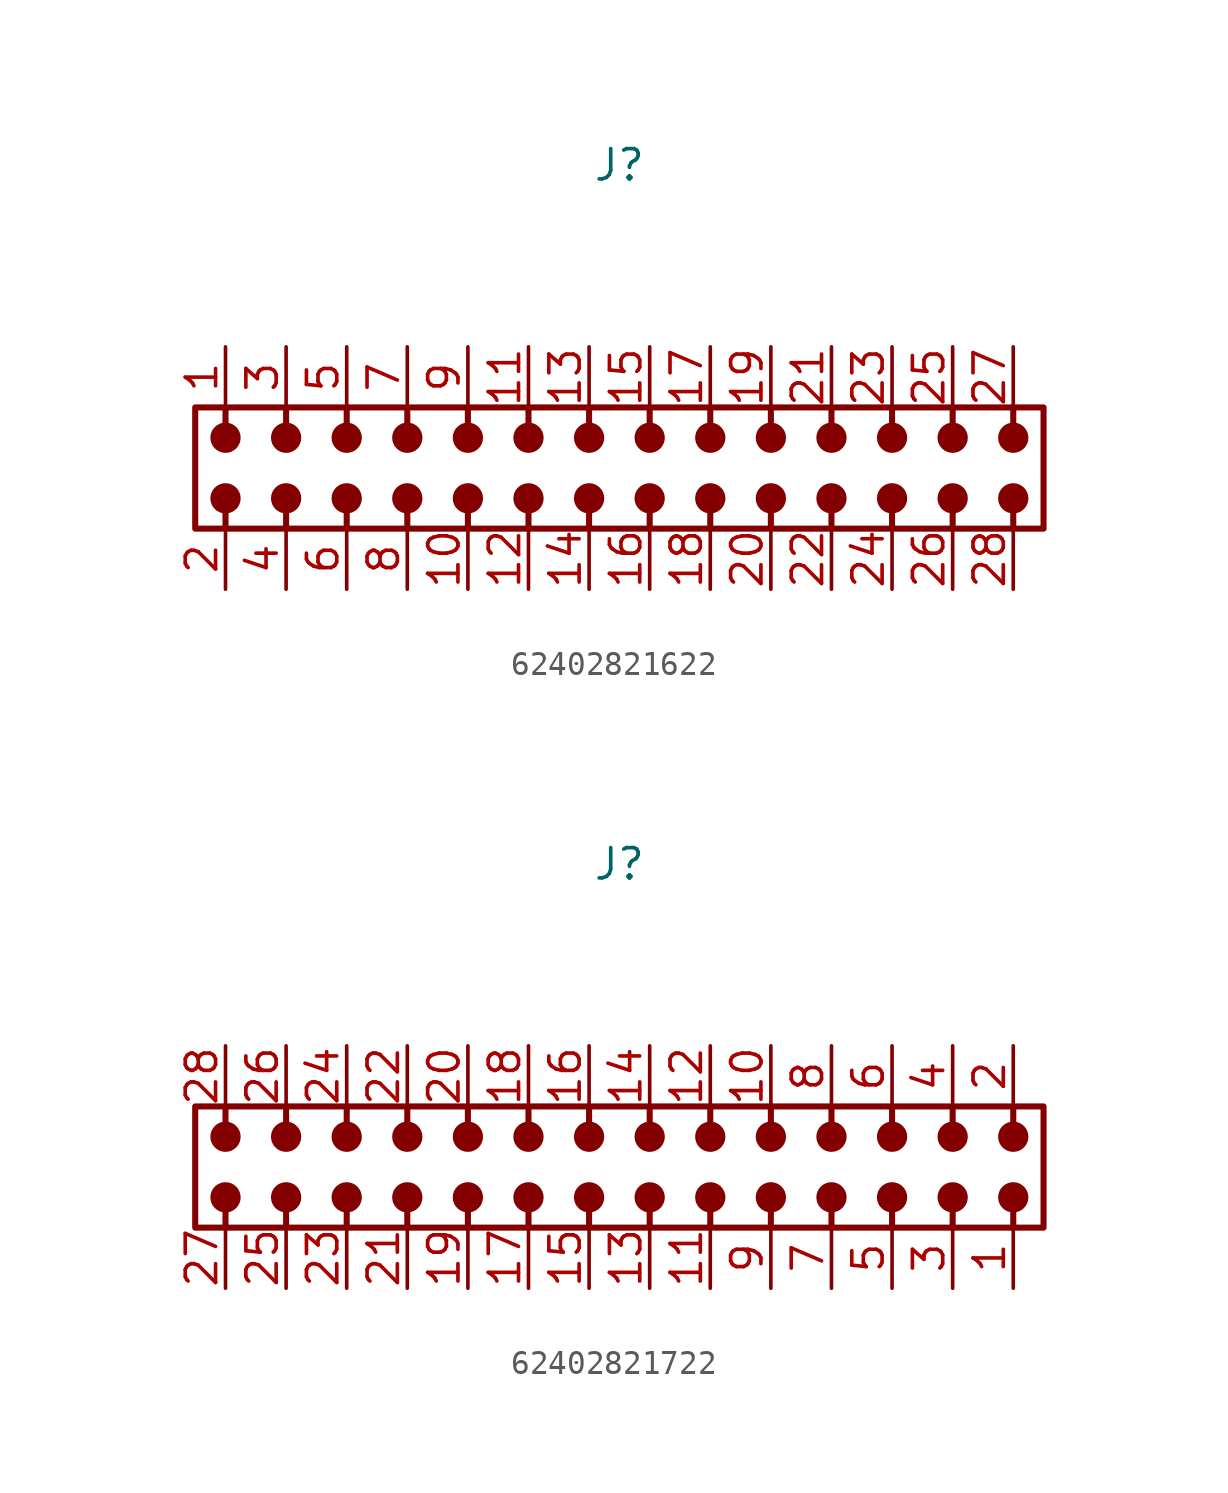
<source format=kicad_sym>
(kicad_symbol_lib
  (version 20241209)
  (generator "kicad_symbol_editor")
  (generator_version "9.0")
  (symbol "62402821622"
    (pin_names
      (hide yes))
    (property "Reference" "J"
      (at 0 12.7 0)
      (effects (font (size 1.27 1.27))))
    (symbol "62402821622_1_1"
      (rectangle (start -17.78 2.54) (end 17.78 -2.54) (stroke (width 0.254) (type solid)) (fill (type none)))
      (polyline (pts (xy -16.51 1.778) (xy -16.51 2.54)) (stroke (width 0.254) (type solid)) (fill (type none)))
      (circle (center -16.51 1.27) (radius 0.508) (stroke (width 0.254) (type solid)) (fill (type outline)))
      (circle (center -16.51 -1.27) (radius 0.508) (stroke (width 0.254) (type solid)) (fill (type outline)))
      (polyline (pts (xy -16.51 -1.778) (xy -16.51 -2.54)) (stroke (width 0.254) (type solid)) (fill (type none)))
      (polyline (pts (xy -13.97 1.778) (xy -13.97 2.54)) (stroke (width 0.254) (type solid)) (fill (type none)))
      (circle (center -13.97 1.27) (radius 0.508) (stroke (width 0.254) (type solid)) (fill (type outline)))
      (circle (center -13.97 -1.27) (radius 0.508) (stroke (width 0.254) (type solid)) (fill (type outline)))
      (polyline (pts (xy -13.97 -1.778) (xy -13.97 -2.54)) (stroke (width 0.254) (type solid)) (fill (type none)))
      (polyline (pts (xy -11.43 1.778) (xy -11.43 2.54)) (stroke (width 0.254) (type solid)) (fill (type none)))
      (circle (center -11.43 1.27) (radius 0.508) (stroke (width 0.254) (type solid)) (fill (type outline)))
      (circle (center -11.43 -1.27) (radius 0.508) (stroke (width 0.254) (type solid)) (fill (type outline)))
      (polyline (pts (xy -11.43 -1.778) (xy -11.43 -2.54)) (stroke (width 0.254) (type solid)) (fill (type none)))
      (polyline (pts (xy -8.89 1.778) (xy -8.89 2.54)) (stroke (width 0.254) (type solid)) (fill (type none)))
      (circle (center -8.89 1.27) (radius 0.508) (stroke (width 0.254) (type solid)) (fill (type outline)))
      (circle (center -8.89 -1.27) (radius 0.508) (stroke (width 0.254) (type solid)) (fill (type outline)))
      (polyline (pts (xy -8.89 -1.778) (xy -8.89 -2.54)) (stroke (width 0.254) (type solid)) (fill (type none)))
      (polyline (pts (xy -6.35 1.778) (xy -6.35 2.54)) (stroke (width 0.254) (type solid)) (fill (type none)))
      (circle (center -6.35 1.27) (radius 0.508) (stroke (width 0.254) (type solid)) (fill (type outline)))
      (circle (center -6.35 -1.27) (radius 0.508) (stroke (width 0.254) (type solid)) (fill (type outline)))
      (polyline (pts (xy -6.35 -1.778) (xy -6.35 -2.54)) (stroke (width 0.254) (type solid)) (fill (type none)))
      (polyline (pts (xy -3.81 1.778) (xy -3.81 2.54)) (stroke (width 0.254) (type solid)) (fill (type none)))
      (circle (center -3.81 1.27) (radius 0.508) (stroke (width 0.254) (type solid)) (fill (type outline)))
      (circle (center -3.81 -1.27) (radius 0.508) (stroke (width 0.254) (type solid)) (fill (type outline)))
      (polyline (pts (xy -3.81 -1.778) (xy -3.81 -2.54)) (stroke (width 0.254) (type solid)) (fill (type none)))
      (polyline (pts (xy -1.27 1.778) (xy -1.27 2.54)) (stroke (width 0.254) (type solid)) (fill (type none)))
      (circle (center -1.27 1.27) (radius 0.508) (stroke (width 0.254) (type solid)) (fill (type outline)))
      (circle (center -1.27 -1.27) (radius 0.508) (stroke (width 0.254) (type solid)) (fill (type outline)))
      (polyline (pts (xy -1.27 -1.778) (xy -1.27 -2.54)) (stroke (width 0.254) (type solid)) (fill (type none)))
      (polyline (pts (xy 1.27 1.778) (xy 1.27 2.54)) (stroke (width 0.254) (type solid)) (fill (type none)))
      (circle (center 1.27 1.27) (radius 0.508) (stroke (width 0.254) (type solid)) (fill (type outline)))
      (circle (center 1.27 -1.27) (radius 0.508) (stroke (width 0.254) (type solid)) (fill (type outline)))
      (polyline (pts (xy 1.27 -1.778) (xy 1.27 -2.54)) (stroke (width 0.254) (type solid)) (fill (type none)))
      (polyline (pts (xy 3.81 1.778) (xy 3.81 2.54)) (stroke (width 0.254) (type solid)) (fill (type none)))
      (circle (center 3.81 1.27) (radius 0.508) (stroke (width 0.254) (type solid)) (fill (type outline)))
      (circle (center 3.81 -1.27) (radius 0.508) (stroke (width 0.254) (type solid)) (fill (type outline)))
      (polyline (pts (xy 3.81 -1.778) (xy 3.81 -2.54)) (stroke (width 0.254) (type solid)) (fill (type none)))
      (polyline (pts (xy 6.35 1.778) (xy 6.35 2.54)) (stroke (width 0.254) (type solid)) (fill (type none)))
      (circle (center 6.35 1.27) (radius 0.508) (stroke (width 0.254) (type solid)) (fill (type outline)))
      (circle (center 6.35 -1.27) (radius 0.508) (stroke (width 0.254) (type solid)) (fill (type outline)))
      (polyline (pts (xy 6.35 -1.778) (xy 6.35 -2.54)) (stroke (width 0.254) (type solid)) (fill (type none)))
      (polyline (pts (xy 8.89 1.778) (xy 8.89 2.54)) (stroke (width 0.254) (type solid)) (fill (type none)))
      (circle (center 8.89 1.27) (radius 0.508) (stroke (width 0.254) (type solid)) (fill (type outline)))
      (circle (center 8.89 -1.27) (radius 0.508) (stroke (width 0.254) (type solid)) (fill (type outline)))
      (polyline (pts (xy 8.89 -1.778) (xy 8.89 -2.54)) (stroke (width 0.254) (type solid)) (fill (type none)))
      (polyline (pts (xy 11.43 1.778) (xy 11.43 2.54)) (stroke (width 0.254) (type solid)) (fill (type none)))
      (circle (center 11.43 1.27) (radius 0.508) (stroke (width 0.254) (type solid)) (fill (type outline)))
      (circle (center 11.43 -1.27) (radius 0.508) (stroke (width 0.254) (type solid)) (fill (type outline)))
      (polyline (pts (xy 11.43 -1.778) (xy 11.43 -2.54)) (stroke (width 0.254) (type solid)) (fill (type none)))
      (polyline (pts (xy 13.97 1.778) (xy 13.97 2.54)) (stroke (width 0.254) (type solid)) (fill (type none)))
      (circle (center 13.97 1.27) (radius 0.508) (stroke (width 0.254) (type solid)) (fill (type outline)))
      (circle (center 13.97 -1.27) (radius 0.508) (stroke (width 0.254) (type solid)) (fill (type outline)))
      (polyline (pts (xy 13.97 -1.778) (xy 13.97 -2.54)) (stroke (width 0.254) (type solid)) (fill (type none)))
      (polyline (pts (xy 16.51 1.778) (xy 16.51 2.54)) (stroke (width 0.254) (type solid)) (fill (type none)))
      (circle (center 16.51 1.27) (radius 0.508) (stroke (width 0.254) (type solid)) (fill (type outline)))
      (circle (center 16.51 -1.27) (radius 0.508) (stroke (width 0.254) (type solid)) (fill (type outline)))
      (polyline (pts (xy 16.51 -1.778) (xy 16.51 -2.54)) (stroke (width 0.254) (type solid)) (fill (type none)))
      (pin passive line (at -16.51 5.08 270) (length 2.54) (name "1" (effects (font (size 1.27 1.27)))) (number "1" (effects (font (size 1.27 1.27)))))
      (pin passive line (at -16.51 -5.08 90) (length 2.54) (name "2" (effects (font (size 1.27 1.27)))) (number "2" (effects (font (size 1.27 1.27)))))
      (pin passive line (at -13.97 5.08 270) (length 2.54) (name "3" (effects (font (size 1.27 1.27)))) (number "3" (effects (font (size 1.27 1.27)))))
      (pin passive line (at -13.97 -5.08 90) (length 2.54) (name "4" (effects (font (size 1.27 1.27)))) (number "4" (effects (font (size 1.27 1.27)))))
      (pin passive line (at -11.43 5.08 270) (length 2.54) (name "5" (effects (font (size 1.27 1.27)))) (number "5" (effects (font (size 1.27 1.27)))))
      (pin passive line (at -11.43 -5.08 90) (length 2.54) (name "6" (effects (font (size 1.27 1.27)))) (number "6" (effects (font (size 1.27 1.27)))))
      (pin passive line (at -8.89 5.08 270) (length 2.54) (name "7" (effects (font (size 1.27 1.27)))) (number "7" (effects (font (size 1.27 1.27)))))
      (pin passive line (at -8.89 -5.08 90) (length 2.54) (name "8" (effects (font (size 1.27 1.27)))) (number "8" (effects (font (size 1.27 1.27)))))
      (pin passive line (at -6.35 5.08 270) (length 2.54) (name "9" (effects (font (size 1.27 1.27)))) (number "9" (effects (font (size 1.27 1.27)))))
      (pin passive line (at -6.35 -5.08 90) (length 2.54) (name "10" (effects (font (size 1.27 1.27)))) (number "10" (effects (font (size 1.27 1.27)))))
      (pin passive line (at -3.81 5.08 270) (length 2.54) (name "11" (effects (font (size 1.27 1.27)))) (number "11" (effects (font (size 1.27 1.27)))))
      (pin passive line (at -3.81 -5.08 90) (length 2.54) (name "12" (effects (font (size 1.27 1.27)))) (number "12" (effects (font (size 1.27 1.27)))))
      (pin passive line (at -1.27 5.08 270) (length 2.54) (name "13" (effects (font (size 1.27 1.27)))) (number "13" (effects (font (size 1.27 1.27)))))
      (pin passive line (at -1.27 -5.08 90) (length 2.54) (name "14" (effects (font (size 1.27 1.27)))) (number "14" (effects (font (size 1.27 1.27)))))
      (pin passive line (at 1.27 5.08 270) (length 2.54) (name "15" (effects (font (size 1.27 1.27)))) (number "15" (effects (font (size 1.27 1.27)))))
      (pin passive line (at 1.27 -5.08 90) (length 2.54) (name "16" (effects (font (size 1.27 1.27)))) (number "16" (effects (font (size 1.27 1.27)))))
      (pin passive line (at 3.81 5.08 270) (length 2.54) (name "17" (effects (font (size 1.27 1.27)))) (number "17" (effects (font (size 1.27 1.27)))))
      (pin passive line (at 3.81 -5.08 90) (length 2.54) (name "18" (effects (font (size 1.27 1.27)))) (number "18" (effects (font (size 1.27 1.27)))))
      (pin passive line (at 6.35 5.08 270) (length 2.54) (name "19" (effects (font (size 1.27 1.27)))) (number "19" (effects (font (size 1.27 1.27)))))
      (pin passive line (at 6.35 -5.08 90) (length 2.54) (name "20" (effects (font (size 1.27 1.27)))) (number "20" (effects (font (size 1.27 1.27)))))
      (pin passive line (at 8.89 5.08 270) (length 2.54) (name "21" (effects (font (size 1.27 1.27)))) (number "21" (effects (font (size 1.27 1.27)))))
      (pin passive line (at 8.89 -5.08 90) (length 2.54) (name "22" (effects (font (size 1.27 1.27)))) (number "22" (effects (font (size 1.27 1.27)))))
      (pin passive line (at 11.43 5.08 270) (length 2.54) (name "23" (effects (font (size 1.27 1.27)))) (number "23" (effects (font (size 1.27 1.27)))))
      (pin passive line (at 11.43 -5.08 90) (length 2.54) (name "24" (effects (font (size 1.27 1.27)))) (number "24" (effects (font (size 1.27 1.27)))))
      (pin passive line (at 13.97 5.08 270) (length 2.54) (name "25" (effects (font (size 1.27 1.27)))) (number "25" (effects (font (size 1.27 1.27)))))
      (pin passive line (at 13.97 -5.08 90) (length 2.54) (name "26" (effects (font (size 1.27 1.27)))) (number "26" (effects (font (size 1.27 1.27)))))
      (pin passive line (at 16.51 5.08 270) (length 2.54) (name "27" (effects (font (size 1.27 1.27)))) (number "27" (effects (font (size 1.27 1.27)))))
      (pin passive line (at 16.51 -5.08 90) (length 2.54) (name "28" (effects (font (size 1.27 1.27)))) (number "28" (effects (font (size 1.27 1.27)))))))
  (symbol "62402821722"
    (pin_names
      (hide yes))
    (property "Reference" "J"
      (at 0 12.7 0)
      (effects (font (size 1.27 1.27))))
    (symbol "62402821722_1_1"
      (rectangle (start -17.78 2.54) (end 17.78 -2.54) (stroke (width 0.254) (type solid)) (fill (type none)))
      (polyline (pts (xy -16.51 1.778) (xy -16.51 2.54)) (stroke (width 0.254) (type solid)) (fill (type none)))
      (circle (center -16.51 1.27) (radius 0.508) (stroke (width 0.254) (type solid)) (fill (type outline)))
      (circle (center -16.51 -1.27) (radius 0.508) (stroke (width 0.254) (type solid)) (fill (type outline)))
      (polyline (pts (xy -16.51 -1.778) (xy -16.51 -2.54)) (stroke (width 0.254) (type solid)) (fill (type none)))
      (polyline (pts (xy -13.97 1.778) (xy -13.97 2.54)) (stroke (width 0.254) (type solid)) (fill (type none)))
      (circle (center -13.97 1.27) (radius 0.508) (stroke (width 0.254) (type solid)) (fill (type outline)))
      (circle (center -13.97 -1.27) (radius 0.508) (stroke (width 0.254) (type solid)) (fill (type outline)))
      (polyline (pts (xy -13.97 -1.778) (xy -13.97 -2.54)) (stroke (width 0.254) (type solid)) (fill (type none)))
      (polyline (pts (xy -11.43 1.778) (xy -11.43 2.54)) (stroke (width 0.254) (type solid)) (fill (type none)))
      (circle (center -11.43 1.27) (radius 0.508) (stroke (width 0.254) (type solid)) (fill (type outline)))
      (circle (center -11.43 -1.27) (radius 0.508) (stroke (width 0.254) (type solid)) (fill (type outline)))
      (polyline (pts (xy -11.43 -1.778) (xy -11.43 -2.54)) (stroke (width 0.254) (type solid)) (fill (type none)))
      (polyline (pts (xy -8.89 1.778) (xy -8.89 2.54)) (stroke (width 0.254) (type solid)) (fill (type none)))
      (circle (center -8.89 1.27) (radius 0.508) (stroke (width 0.254) (type solid)) (fill (type outline)))
      (circle (center -8.89 -1.27) (radius 0.508) (stroke (width 0.254) (type solid)) (fill (type outline)))
      (polyline (pts (xy -8.89 -1.778) (xy -8.89 -2.54)) (stroke (width 0.254) (type solid)) (fill (type none)))
      (polyline (pts (xy -6.35 1.778) (xy -6.35 2.54)) (stroke (width 0.254) (type solid)) (fill (type none)))
      (circle (center -6.35 1.27) (radius 0.508) (stroke (width 0.254) (type solid)) (fill (type outline)))
      (circle (center -6.35 -1.27) (radius 0.508) (stroke (width 0.254) (type solid)) (fill (type outline)))
      (polyline (pts (xy -6.35 -1.778) (xy -6.35 -2.54)) (stroke (width 0.254) (type solid)) (fill (type none)))
      (polyline (pts (xy -3.81 1.778) (xy -3.81 2.54)) (stroke (width 0.254) (type solid)) (fill (type none)))
      (circle (center -3.81 1.27) (radius 0.508) (stroke (width 0.254) (type solid)) (fill (type outline)))
      (circle (center -3.81 -1.27) (radius 0.508) (stroke (width 0.254) (type solid)) (fill (type outline)))
      (polyline (pts (xy -3.81 -1.778) (xy -3.81 -2.54)) (stroke (width 0.254) (type solid)) (fill (type none)))
      (polyline (pts (xy -1.27 1.778) (xy -1.27 2.54)) (stroke (width 0.254) (type solid)) (fill (type none)))
      (circle (center -1.27 1.27) (radius 0.508) (stroke (width 0.254) (type solid)) (fill (type outline)))
      (circle (center -1.27 -1.27) (radius 0.508) (stroke (width 0.254) (type solid)) (fill (type outline)))
      (polyline (pts (xy -1.27 -1.778) (xy -1.27 -2.54)) (stroke (width 0.254) (type solid)) (fill (type none)))
      (polyline (pts (xy 1.27 1.778) (xy 1.27 2.54)) (stroke (width 0.254) (type solid)) (fill (type none)))
      (circle (center 1.27 1.27) (radius 0.508) (stroke (width 0.254) (type solid)) (fill (type outline)))
      (circle (center 1.27 -1.27) (radius 0.508) (stroke (width 0.254) (type solid)) (fill (type outline)))
      (polyline (pts (xy 1.27 -1.778) (xy 1.27 -2.54)) (stroke (width 0.254) (type solid)) (fill (type none)))
      (polyline (pts (xy 3.81 1.778) (xy 3.81 2.54)) (stroke (width 0.254) (type solid)) (fill (type none)))
      (circle (center 3.81 1.27) (radius 0.508) (stroke (width 0.254) (type solid)) (fill (type outline)))
      (circle (center 3.81 -1.27) (radius 0.508) (stroke (width 0.254) (type solid)) (fill (type outline)))
      (polyline (pts (xy 3.81 -1.778) (xy 3.81 -2.54)) (stroke (width 0.254) (type solid)) (fill (type none)))
      (polyline (pts (xy 6.35 1.778) (xy 6.35 2.54)) (stroke (width 0.254) (type solid)) (fill (type none)))
      (circle (center 6.35 1.27) (radius 0.508) (stroke (width 0.254) (type solid)) (fill (type outline)))
      (circle (center 6.35 -1.27) (radius 0.508) (stroke (width 0.254) (type solid)) (fill (type outline)))
      (polyline (pts (xy 6.35 -1.778) (xy 6.35 -2.54)) (stroke (width 0.254) (type solid)) (fill (type none)))
      (polyline (pts (xy 8.89 1.778) (xy 8.89 2.54)) (stroke (width 0.254) (type solid)) (fill (type none)))
      (circle (center 8.89 1.27) (radius 0.508) (stroke (width 0.254) (type solid)) (fill (type outline)))
      (circle (center 8.89 -1.27) (radius 0.508) (stroke (width 0.254) (type solid)) (fill (type outline)))
      (polyline (pts (xy 8.89 -1.778) (xy 8.89 -2.54)) (stroke (width 0.254) (type solid)) (fill (type none)))
      (polyline (pts (xy 11.43 1.778) (xy 11.43 2.54)) (stroke (width 0.254) (type solid)) (fill (type none)))
      (circle (center 11.43 1.27) (radius 0.508) (stroke (width 0.254) (type solid)) (fill (type outline)))
      (circle (center 11.43 -1.27) (radius 0.508) (stroke (width 0.254) (type solid)) (fill (type outline)))
      (polyline (pts (xy 11.43 -1.778) (xy 11.43 -2.54)) (stroke (width 0.254) (type solid)) (fill (type none)))
      (polyline (pts (xy 13.97 1.778) (xy 13.97 2.54)) (stroke (width 0.254) (type solid)) (fill (type none)))
      (circle (center 13.97 1.27) (radius 0.508) (stroke (width 0.254) (type solid)) (fill (type outline)))
      (circle (center 13.97 -1.27) (radius 0.508) (stroke (width 0.254) (type solid)) (fill (type outline)))
      (polyline (pts (xy 13.97 -1.778) (xy 13.97 -2.54)) (stroke (width 0.254) (type solid)) (fill (type none)))
      (polyline (pts (xy 16.51 1.778) (xy 16.51 2.54)) (stroke (width 0.254) (type solid)) (fill (type none)))
      (circle (center 16.51 1.27) (radius 0.508) (stroke (width 0.254) (type solid)) (fill (type outline)))
      (circle (center 16.51 -1.27) (radius 0.508) (stroke (width 0.254) (type solid)) (fill (type outline)))
      (polyline (pts (xy 16.51 -1.778) (xy 16.51 -2.54)) (stroke (width 0.254) (type solid)) (fill (type none)))
      (pin passive line (at -16.51 5.08 270) (length 2.54) (name "28" (effects (font (size 1.27 1.27)))) (number "28" (effects (font (size 1.27 1.27)))))
      (pin passive line (at -16.51 -5.08 90) (length 2.54) (name "27" (effects (font (size 1.27 1.27)))) (number "27" (effects (font (size 1.27 1.27)))))
      (pin passive line (at -13.97 5.08 270) (length 2.54) (name "26" (effects (font (size 1.27 1.27)))) (number "26" (effects (font (size 1.27 1.27)))))
      (pin passive line (at -13.97 -5.08 90) (length 2.54) (name "25" (effects (font (size 1.27 1.27)))) (number "25" (effects (font (size 1.27 1.27)))))
      (pin passive line (at -11.43 5.08 270) (length 2.54) (name "24" (effects (font (size 1.27 1.27)))) (number "24" (effects (font (size 1.27 1.27)))))
      (pin passive line (at -11.43 -5.08 90) (length 2.54) (name "23" (effects (font (size 1.27 1.27)))) (number "23" (effects (font (size 1.27 1.27)))))
      (pin passive line (at -8.89 5.08 270) (length 2.54) (name "22" (effects (font (size 1.27 1.27)))) (number "22" (effects (font (size 1.27 1.27)))))
      (pin passive line (at -8.89 -5.08 90) (length 2.54) (name "21" (effects (font (size 1.27 1.27)))) (number "21" (effects (font (size 1.27 1.27)))))
      (pin passive line (at -6.35 5.08 270) (length 2.54) (name "20" (effects (font (size 1.27 1.27)))) (number "20" (effects (font (size 1.27 1.27)))))
      (pin passive line (at -6.35 -5.08 90) (length 2.54) (name "19" (effects (font (size 1.27 1.27)))) (number "19" (effects (font (size 1.27 1.27)))))
      (pin passive line (at -3.81 5.08 270) (length 2.54) (name "18" (effects (font (size 1.27 1.27)))) (number "18" (effects (font (size 1.27 1.27)))))
      (pin passive line (at -3.81 -5.08 90) (length 2.54) (name "17" (effects (font (size 1.27 1.27)))) (number "17" (effects (font (size 1.27 1.27)))))
      (pin passive line (at -1.27 5.08 270) (length 2.54) (name "16" (effects (font (size 1.27 1.27)))) (number "16" (effects (font (size 1.27 1.27)))))
      (pin passive line (at -1.27 -5.08 90) (length 2.54) (name "15" (effects (font (size 1.27 1.27)))) (number "15" (effects (font (size 1.27 1.27)))))
      (pin passive line (at 1.27 5.08 270) (length 2.54) (name "14" (effects (font (size 1.27 1.27)))) (number "14" (effects (font (size 1.27 1.27)))))
      (pin passive line (at 1.27 -5.08 90) (length 2.54) (name "13" (effects (font (size 1.27 1.27)))) (number "13" (effects (font (size 1.27 1.27)))))
      (pin passive line (at 3.81 5.08 270) (length 2.54) (name "12" (effects (font (size 1.27 1.27)))) (number "12" (effects (font (size 1.27 1.27)))))
      (pin passive line (at 3.81 -5.08 90) (length 2.54) (name "11" (effects (font (size 1.27 1.27)))) (number "11" (effects (font (size 1.27 1.27)))))
      (pin passive line (at 6.35 5.08 270) (length 2.54) (name "10" (effects (font (size 1.27 1.27)))) (number "10" (effects (font (size 1.27 1.27)))))
      (pin passive line (at 6.35 -5.08 90) (length 2.54) (name "9" (effects (font (size 1.27 1.27)))) (number "9" (effects (font (size 1.27 1.27)))))
      (pin passive line (at 8.89 5.08 270) (length 2.54) (name "8" (effects (font (size 1.27 1.27)))) (number "8" (effects (font (size 1.27 1.27)))))
      (pin passive line (at 8.89 -5.08 90) (length 2.54) (name "7" (effects (font (size 1.27 1.27)))) (number "7" (effects (font (size 1.27 1.27)))))
      (pin passive line (at 11.43 5.08 270) (length 2.54) (name "6" (effects (font (size 1.27 1.27)))) (number "6" (effects (font (size 1.27 1.27)))))
      (pin passive line (at 11.43 -5.08 90) (length 2.54) (name "5" (effects (font (size 1.27 1.27)))) (number "5" (effects (font (size 1.27 1.27)))))
      (pin passive line (at 13.97 5.08 270) (length 2.54) (name "4" (effects (font (size 1.27 1.27)))) (number "4" (effects (font (size 1.27 1.27)))))
      (pin passive line (at 13.97 -5.08 90) (length 2.54) (name "3" (effects (font (size 1.27 1.27)))) (number "3" (effects (font (size 1.27 1.27)))))
      (pin passive line (at 16.51 5.08 270) (length 2.54) (name "2" (effects (font (size 1.27 1.27)))) (number "2" (effects (font (size 1.27 1.27)))))
      (pin passive line (at 16.51 -5.08 90) (length 2.54) (name "1" (effects (font (size 1.27 1.27)))) (number "1" (effects (font (size 1.27 1.27))))))))
</source>
